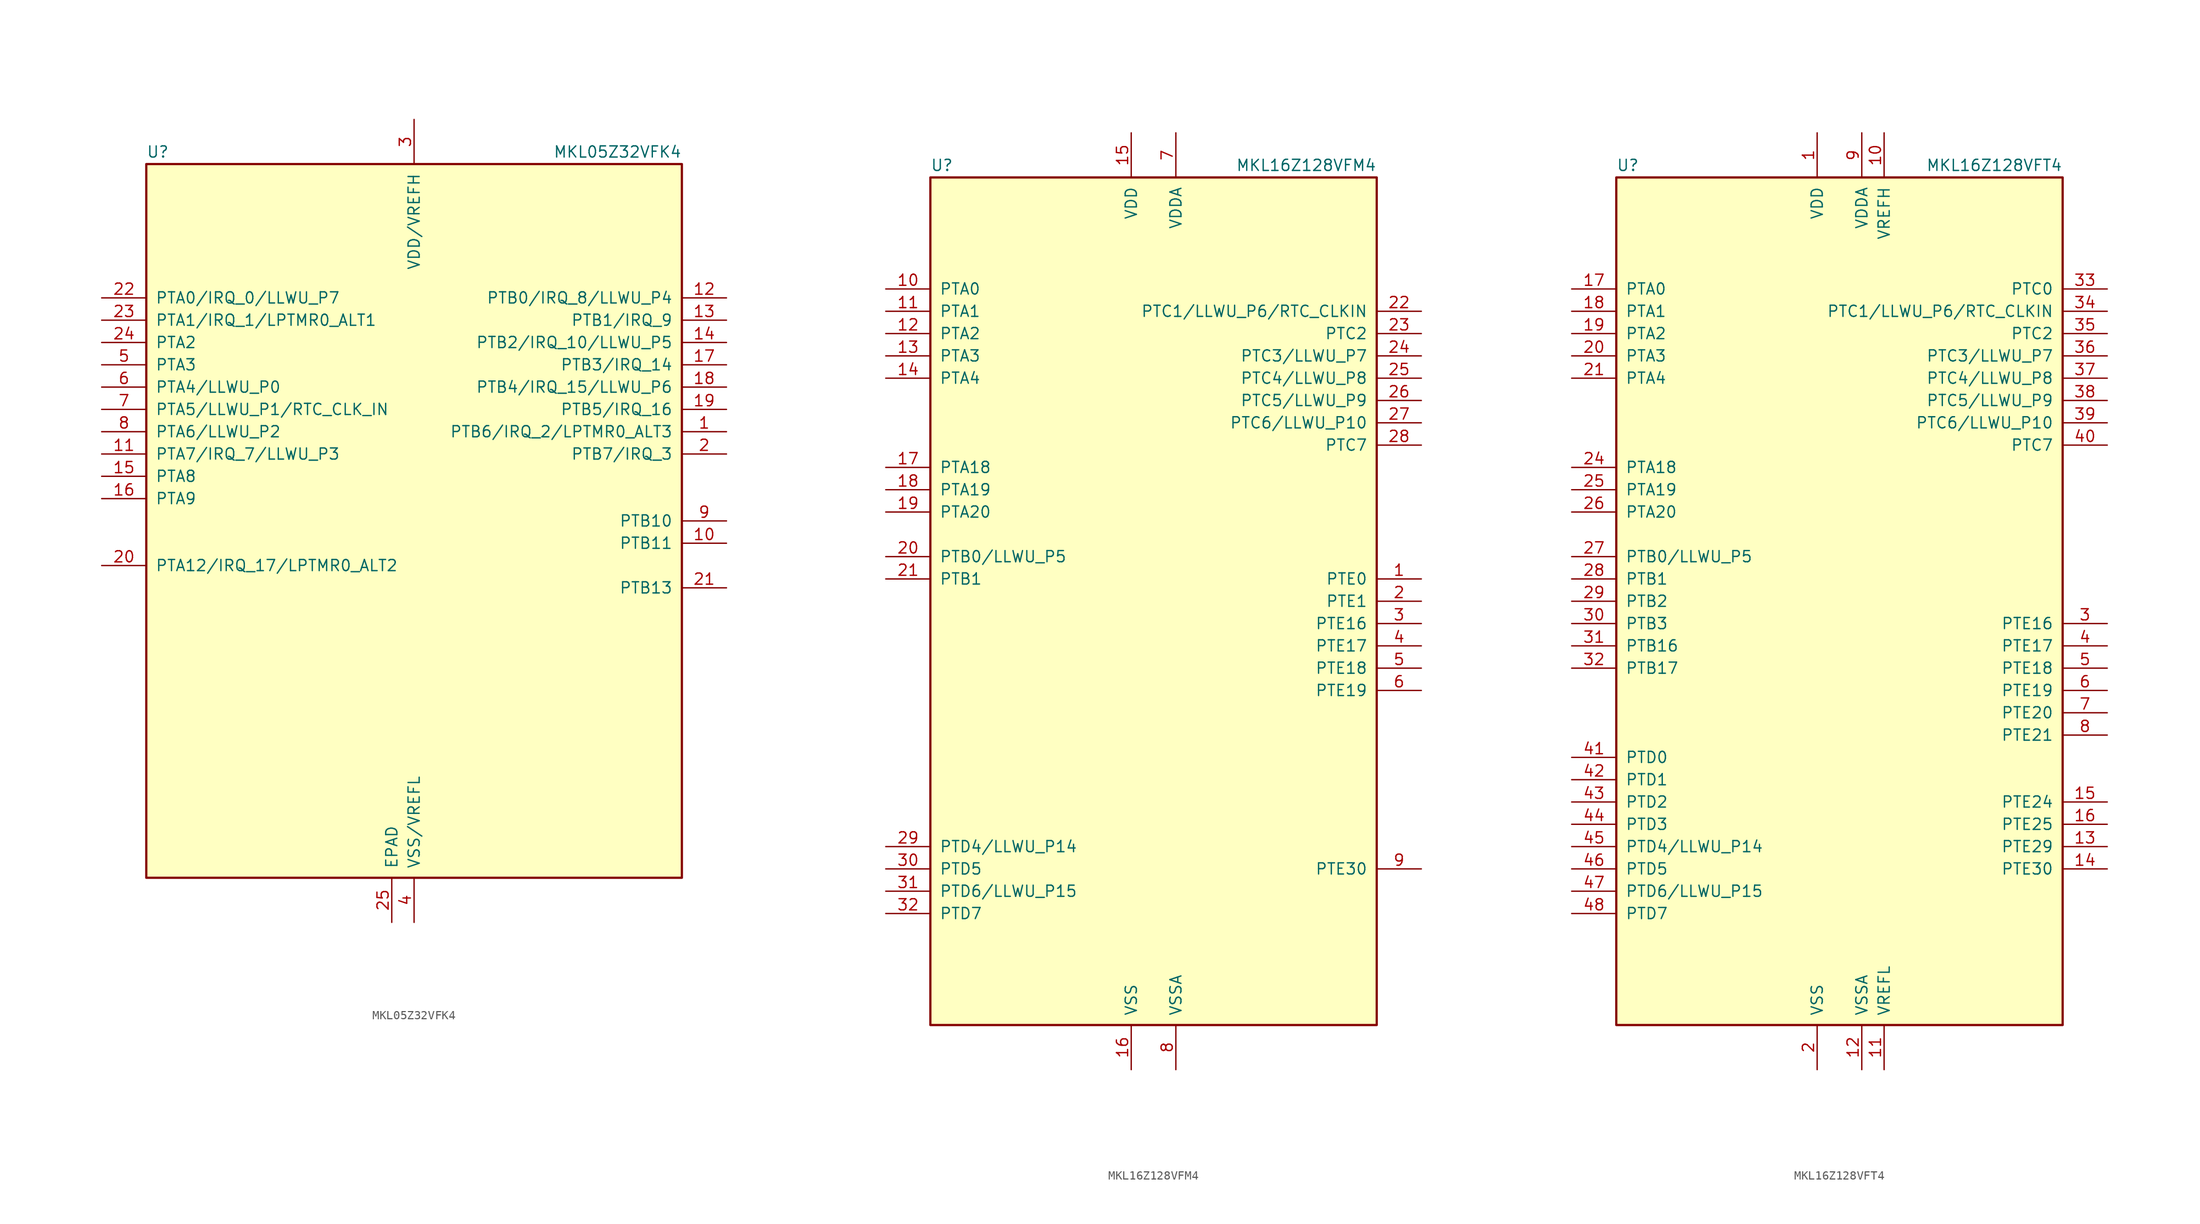
<source format=kicad_sym>
(kicad_symbol_lib
  (version 20241209)
  (generator "kicad_symbol_editor")
  (generator_version "9.0")
  (symbol "MKL05Z32VFK4"
    (pin_names
      (offset 1.016))
    (property "Reference" "U"
      (at -30.48 41.275 0)
      (effects (font (size 1.27 1.27)) (justify left bottom)))
    (property "Value" "MKL05Z32VFK4"
      (at 30.48 41.275 0)
      (effects (font (size 1.27 1.27)) (justify right bottom)))
    (symbol "MKL05Z32VFK4_0_1"
      (rectangle (start -30.48 40.64) (end 30.48 -40.64) (stroke (width 0.254) (type default)) (fill (type background))))
    (symbol "MKL05Z32VFK4_1_1"
      (pin bidirectional line (at -35.56 25.4 0) (length 5.08) (name "PTA0/IRQ_0/LLWU_P7" (effects (font (size 1.27 1.27)))) (number "22" (effects (font (size 1.27 1.27)))))
      (pin bidirectional line (at -35.56 22.86 0) (length 5.08) (name "PTA1/IRQ_1/LPTMR0_ALT1" (effects (font (size 1.27 1.27)))) (number "23" (effects (font (size 1.27 1.27)))))
      (pin bidirectional line (at -35.56 20.32 0) (length 5.08) (name "PTA2" (effects (font (size 1.27 1.27)))) (number "24" (effects (font (size 1.27 1.27)))))
      (pin bidirectional line (at -35.56 17.78 0) (length 5.08) (name "PTA3" (effects (font (size 1.27 1.27)))) (number "5" (effects (font (size 1.27 1.27)))))
      (pin bidirectional line (at -35.56 15.24 0) (length 5.08) (name "PTA4/LLWU_P0" (effects (font (size 1.27 1.27)))) (number "6" (effects (font (size 1.27 1.27)))))
      (pin bidirectional line (at -35.56 12.7 0) (length 5.08) (name "PTA5/LLWU_P1/RTC_CLK_IN" (effects (font (size 1.27 1.27)))) (number "7" (effects (font (size 1.27 1.27)))))
      (pin bidirectional line (at -35.56 10.16 0) (length 5.08) (name "PTA6/LLWU_P2" (effects (font (size 1.27 1.27)))) (number "8" (effects (font (size 1.27 1.27)))))
      (pin bidirectional line (at -35.56 7.62 0) (length 5.08) (name "PTA7/IRQ_7/LLWU_P3" (effects (font (size 1.27 1.27)))) (number "11" (effects (font (size 1.27 1.27)))))
      (pin bidirectional line (at -35.56 5.08 0) (length 5.08) (name "PTA8" (effects (font (size 1.27 1.27)))) (number "15" (effects (font (size 1.27 1.27)))))
      (pin bidirectional line (at -35.56 2.54 0) (length 5.08) (name "PTA9" (effects (font (size 1.27 1.27)))) (number "16" (effects (font (size 1.27 1.27)))))
      (pin bidirectional line (at -35.56 -5.08 0) (length 5.08) (name "PTA12/IRQ_17/LPTMR0_ALT2" (effects (font (size 1.27 1.27)))) (number "20" (effects (font (size 1.27 1.27)))))
      (pin power_in line (at -2.54 -45.72 90) (length 5.08) (name "EPAD" (effects (font (size 1.27 1.27)))) (number "25" (effects (font (size 1.27 1.27)))))
      (pin power_in line (at 0 45.72 270) (length 5.08) (name "VDD/VREFH" (effects (font (size 1.27 1.27)))) (number "3" (effects (font (size 1.27 1.27)))))
      (pin power_in line (at 0 -45.72 90) (length 5.08) (name "VSS/VREFL" (effects (font (size 1.27 1.27)))) (number "4" (effects (font (size 1.27 1.27)))))
      (pin bidirectional line (at 35.56 25.4 180) (length 5.08) (name "PTB0/IRQ_8/LLWU_P4" (effects (font (size 1.27 1.27)))) (number "12" (effects (font (size 1.27 1.27)))))
      (pin bidirectional line (at 35.56 22.86 180) (length 5.08) (name "PTB1/IRQ_9" (effects (font (size 1.27 1.27)))) (number "13" (effects (font (size 1.27 1.27)))))
      (pin bidirectional line (at 35.56 20.32 180) (length 5.08) (name "PTB2/IRQ_10/LLWU_P5" (effects (font (size 1.27 1.27)))) (number "14" (effects (font (size 1.27 1.27)))))
      (pin bidirectional line (at 35.56 17.78 180) (length 5.08) (name "PTB3/IRQ_14" (effects (font (size 1.27 1.27)))) (number "17" (effects (font (size 1.27 1.27)))))
      (pin bidirectional line (at 35.56 15.24 180) (length 5.08) (name "PTB4/IRQ_15/LLWU_P6" (effects (font (size 1.27 1.27)))) (number "18" (effects (font (size 1.27 1.27)))))
      (pin bidirectional line (at 35.56 12.7 180) (length 5.08) (name "PTB5/IRQ_16" (effects (font (size 1.27 1.27)))) (number "19" (effects (font (size 1.27 1.27)))))
      (pin bidirectional line (at 35.56 10.16 180) (length 5.08) (name "PTB6/IRQ_2/LPTMR0_ALT3" (effects (font (size 1.27 1.27)))) (number "1" (effects (font (size 1.27 1.27)))))
      (pin bidirectional line (at 35.56 7.62 180) (length 5.08) (name "PTB7/IRQ_3" (effects (font (size 1.27 1.27)))) (number "2" (effects (font (size 1.27 1.27)))))
      (pin bidirectional line (at 35.56 0 180) (length 5.08) (name "PTB10" (effects (font (size 1.27 1.27)))) (number "9" (effects (font (size 1.27 1.27)))))
      (pin bidirectional line (at 35.56 -2.54 180) (length 5.08) (name "PTB11" (effects (font (size 1.27 1.27)))) (number "10" (effects (font (size 1.27 1.27)))))
      (pin bidirectional line (at 35.56 -7.62 180) (length 5.08) (name "PTB13" (effects (font (size 1.27 1.27)))) (number "21" (effects (font (size 1.27 1.27)))))))
  (symbol "MKL16Z128VFM4"
    (pin_names
      (offset 1.016))
    (property "Reference" "U"
      (at -25.4 48.895 0)
      (effects (font (size 1.27 1.27)) (justify left bottom)))
    (property "Value" "MKL16Z128VFM4"
      (at 25.4 48.895 0)
      (effects (font (size 1.27 1.27)) (justify right bottom)))
    (symbol "MKL16Z128VFM4_0_1"
      (rectangle (start -25.4 48.26) (end 25.4 -48.26) (stroke (width 0.254) (type default)) (fill (type background))))
    (symbol "MKL16Z128VFM4_1_1"
      (pin bidirectional line (at -30.48 35.56 0) (length 5.08) (name "PTA0" (effects (font (size 1.27 1.27)))) (number "10" (effects (font (size 1.27 1.27)))))
      (pin bidirectional line (at -30.48 33.02 0) (length 5.08) (name "PTA1" (effects (font (size 1.27 1.27)))) (number "11" (effects (font (size 1.27 1.27)))))
      (pin bidirectional line (at -30.48 30.48 0) (length 5.08) (name "PTA2" (effects (font (size 1.27 1.27)))) (number "12" (effects (font (size 1.27 1.27)))))
      (pin bidirectional line (at -30.48 27.94 0) (length 5.08) (name "PTA3" (effects (font (size 1.27 1.27)))) (number "13" (effects (font (size 1.27 1.27)))))
      (pin bidirectional line (at -30.48 25.4 0) (length 5.08) (name "PTA4" (effects (font (size 1.27 1.27)))) (number "14" (effects (font (size 1.27 1.27)))))
      (pin bidirectional line (at -30.48 15.24 0) (length 5.08) (name "PTA18" (effects (font (size 1.27 1.27)))) (number "17" (effects (font (size 1.27 1.27)))))
      (pin bidirectional line (at -30.48 12.7 0) (length 5.08) (name "PTA19" (effects (font (size 1.27 1.27)))) (number "18" (effects (font (size 1.27 1.27)))))
      (pin bidirectional line (at -30.48 10.16 0) (length 5.08) (name "PTA20" (effects (font (size 1.27 1.27)))) (number "19" (effects (font (size 1.27 1.27)))))
      (pin bidirectional line (at -30.48 5.08 0) (length 5.08) (name "PTB0/LLWU_P5" (effects (font (size 1.27 1.27)))) (number "20" (effects (font (size 1.27 1.27)))))
      (pin bidirectional line (at -30.48 2.54 0) (length 5.08) (name "PTB1" (effects (font (size 1.27 1.27)))) (number "21" (effects (font (size 1.27 1.27)))))
      (pin bidirectional line (at -30.48 -27.94 0) (length 5.08) (name "PTD4/LLWU_P14" (effects (font (size 1.27 1.27)))) (number "29" (effects (font (size 1.27 1.27)))))
      (pin bidirectional line (at -30.48 -30.48 0) (length 5.08) (name "PTD5" (effects (font (size 1.27 1.27)))) (number "30" (effects (font (size 1.27 1.27)))))
      (pin bidirectional line (at -30.48 -33.02 0) (length 5.08) (name "PTD6/LLWU_P15" (effects (font (size 1.27 1.27)))) (number "31" (effects (font (size 1.27 1.27)))))
      (pin bidirectional line (at -30.48 -35.56 0) (length 5.08) (name "PTD7" (effects (font (size 1.27 1.27)))) (number "32" (effects (font (size 1.27 1.27)))))
      (pin power_in line (at -2.54 53.34 270) (length 5.08) (name "VDD" (effects (font (size 1.27 1.27)))) (number "15" (effects (font (size 1.27 1.27)))))
      (pin power_in line (at -2.54 -53.34 90) (length 5.08) (name "VSS" (effects (font (size 1.27 1.27)))) (number "16" (effects (font (size 1.27 1.27)))))
      (pin power_in line (at 2.54 53.34 270) (length 5.08) (name "VDDA" (effects (font (size 1.27 1.27)))) (number "7" (effects (font (size 1.27 1.27)))))
      (pin power_in line (at 2.54 -53.34 90) (length 5.08) (name "VSSA" (effects (font (size 1.27 1.27)))) (number "8" (effects (font (size 1.27 1.27)))))
      (pin bidirectional line (at 30.48 33.02 180) (length 5.08) (name "PTC1/LLWU_P6/RTC_CLKIN" (effects (font (size 1.27 1.27)))) (number "22" (effects (font (size 1.27 1.27)))))
      (pin bidirectional line (at 30.48 30.48 180) (length 5.08) (name "PTC2" (effects (font (size 1.27 1.27)))) (number "23" (effects (font (size 1.27 1.27)))))
      (pin bidirectional line (at 30.48 27.94 180) (length 5.08) (name "PTC3/LLWU_P7" (effects (font (size 1.27 1.27)))) (number "24" (effects (font (size 1.27 1.27)))))
      (pin bidirectional line (at 30.48 25.4 180) (length 5.08) (name "PTC4/LLWU_P8" (effects (font (size 1.27 1.27)))) (number "25" (effects (font (size 1.27 1.27)))))
      (pin bidirectional line (at 30.48 22.86 180) (length 5.08) (name "PTC5/LLWU_P9" (effects (font (size 1.27 1.27)))) (number "26" (effects (font (size 1.27 1.27)))))
      (pin bidirectional line (at 30.48 20.32 180) (length 5.08) (name "PTC6/LLWU_P10" (effects (font (size 1.27 1.27)))) (number "27" (effects (font (size 1.27 1.27)))))
      (pin bidirectional line (at 30.48 17.78 180) (length 5.08) (name "PTC7" (effects (font (size 1.27 1.27)))) (number "28" (effects (font (size 1.27 1.27)))))
      (pin bidirectional line (at 30.48 2.54 180) (length 5.08) (name "PTE0" (effects (font (size 1.27 1.27)))) (number "1" (effects (font (size 1.27 1.27)))))
      (pin bidirectional line (at 30.48 0 180) (length 5.08) (name "PTE1" (effects (font (size 1.27 1.27)))) (number "2" (effects (font (size 1.27 1.27)))))
      (pin bidirectional line (at 30.48 -2.54 180) (length 5.08) (name "PTE16" (effects (font (size 1.27 1.27)))) (number "3" (effects (font (size 1.27 1.27)))))
      (pin bidirectional line (at 30.48 -5.08 180) (length 5.08) (name "PTE17" (effects (font (size 1.27 1.27)))) (number "4" (effects (font (size 1.27 1.27)))))
      (pin bidirectional line (at 30.48 -7.62 180) (length 5.08) (name "PTE18" (effects (font (size 1.27 1.27)))) (number "5" (effects (font (size 1.27 1.27)))))
      (pin bidirectional line (at 30.48 -10.16 180) (length 5.08) (name "PTE19" (effects (font (size 1.27 1.27)))) (number "6" (effects (font (size 1.27 1.27)))))
      (pin bidirectional line (at 30.48 -30.48 180) (length 5.08) (name "PTE30" (effects (font (size 1.27 1.27)))) (number "9" (effects (font (size 1.27 1.27)))))))
  (symbol "MKL16Z128VFT4"
    (pin_names
      (offset 1.016))
    (property "Reference" "U"
      (at -25.4 48.895 0)
      (effects (font (size 1.27 1.27)) (justify left bottom)))
    (property "Value" "MKL16Z128VFT4"
      (at 25.4 48.895 0)
      (effects (font (size 1.27 1.27)) (justify right bottom)))
    (symbol "MKL16Z128VFT4_0_1"
      (rectangle (start -25.4 48.26) (end 25.4 -48.26) (stroke (width 0.254) (type default)) (fill (type background))))
    (symbol "MKL16Z128VFT4_1_1"
      (pin bidirectional line (at -30.48 35.56 0) (length 5.08) (name "PTA0" (effects (font (size 1.27 1.27)))) (number "17" (effects (font (size 1.27 1.27)))))
      (pin bidirectional line (at -30.48 33.02 0) (length 5.08) (name "PTA1" (effects (font (size 1.27 1.27)))) (number "18" (effects (font (size 1.27 1.27)))))
      (pin bidirectional line (at -30.48 30.48 0) (length 5.08) (name "PTA2" (effects (font (size 1.27 1.27)))) (number "19" (effects (font (size 1.27 1.27)))))
      (pin bidirectional line (at -30.48 27.94 0) (length 5.08) (name "PTA3" (effects (font (size 1.27 1.27)))) (number "20" (effects (font (size 1.27 1.27)))))
      (pin bidirectional line (at -30.48 25.4 0) (length 5.08) (name "PTA4" (effects (font (size 1.27 1.27)))) (number "21" (effects (font (size 1.27 1.27)))))
      (pin bidirectional line (at -30.48 15.24 0) (length 5.08) (name "PTA18" (effects (font (size 1.27 1.27)))) (number "24" (effects (font (size 1.27 1.27)))))
      (pin bidirectional line (at -30.48 12.7 0) (length 5.08) (name "PTA19" (effects (font (size 1.27 1.27)))) (number "25" (effects (font (size 1.27 1.27)))))
      (pin bidirectional line (at -30.48 10.16 0) (length 5.08) (name "PTA20" (effects (font (size 1.27 1.27)))) (number "26" (effects (font (size 1.27 1.27)))))
      (pin bidirectional line (at -30.48 5.08 0) (length 5.08) (name "PTB0/LLWU_P5" (effects (font (size 1.27 1.27)))) (number "27" (effects (font (size 1.27 1.27)))))
      (pin bidirectional line (at -30.48 2.54 0) (length 5.08) (name "PTB1" (effects (font (size 1.27 1.27)))) (number "28" (effects (font (size 1.27 1.27)))))
      (pin bidirectional line (at -30.48 0 0) (length 5.08) (name "PTB2" (effects (font (size 1.27 1.27)))) (number "29" (effects (font (size 1.27 1.27)))))
      (pin bidirectional line (at -30.48 -2.54 0) (length 5.08) (name "PTB3" (effects (font (size 1.27 1.27)))) (number "30" (effects (font (size 1.27 1.27)))))
      (pin bidirectional line (at -30.48 -5.08 0) (length 5.08) (name "PTB16" (effects (font (size 1.27 1.27)))) (number "31" (effects (font (size 1.27 1.27)))))
      (pin bidirectional line (at -30.48 -7.62 0) (length 5.08) (name "PTB17" (effects (font (size 1.27 1.27)))) (number "32" (effects (font (size 1.27 1.27)))))
      (pin bidirectional line (at -30.48 -17.78 0) (length 5.08) (name "PTD0" (effects (font (size 1.27 1.27)))) (number "41" (effects (font (size 1.27 1.27)))))
      (pin bidirectional line (at -30.48 -20.32 0) (length 5.08) (name "PTD1" (effects (font (size 1.27 1.27)))) (number "42" (effects (font (size 1.27 1.27)))))
      (pin bidirectional line (at -30.48 -22.86 0) (length 5.08) (name "PTD2" (effects (font (size 1.27 1.27)))) (number "43" (effects (font (size 1.27 1.27)))))
      (pin bidirectional line (at -30.48 -25.4 0) (length 5.08) (name "PTD3" (effects (font (size 1.27 1.27)))) (number "44" (effects (font (size 1.27 1.27)))))
      (pin bidirectional line (at -30.48 -27.94 0) (length 5.08) (name "PTD4/LLWU_P14" (effects (font (size 1.27 1.27)))) (number "45" (effects (font (size 1.27 1.27)))))
      (pin bidirectional line (at -30.48 -30.48 0) (length 5.08) (name "PTD5" (effects (font (size 1.27 1.27)))) (number "46" (effects (font (size 1.27 1.27)))))
      (pin bidirectional line (at -30.48 -33.02 0) (length 5.08) (name "PTD6/LLWU_P15" (effects (font (size 1.27 1.27)))) (number "47" (effects (font (size 1.27 1.27)))))
      (pin bidirectional line (at -30.48 -35.56 0) (length 5.08) (name "PTD7" (effects (font (size 1.27 1.27)))) (number "48" (effects (font (size 1.27 1.27)))))
      (pin power_in line (at -2.54 53.34 270) (length 5.08) (name "VDD" (effects (font (size 1.27 1.27)))) (number "1" (effects (font (size 1.27 1.27)))))
      (pin passive line (at -2.54 53.34 270) (length 5.08) (hide yes) (name "VDD" (effects (font (size 1.27 1.27)))) (number "22" (effects (font (size 1.27 1.27)))))
      (pin power_in line (at -2.54 -53.34 90) (length 5.08) (name "VSS" (effects (font (size 1.27 1.27)))) (number "2" (effects (font (size 1.27 1.27)))))
      (pin passive line (at -2.54 -53.34 90) (length 5.08) (hide yes) (name "VSS" (effects (font (size 1.27 1.27)))) (number "23" (effects (font (size 1.27 1.27)))))
      (pin power_in line (at 2.54 53.34 270) (length 5.08) (name "VDDA" (effects (font (size 1.27 1.27)))) (number "9" (effects (font (size 1.27 1.27)))))
      (pin power_in line (at 2.54 -53.34 90) (length 5.08) (name "VSSA" (effects (font (size 1.27 1.27)))) (number "12" (effects (font (size 1.27 1.27)))))
      (pin power_in line (at 5.08 53.34 270) (length 5.08) (name "VREFH" (effects (font (size 1.27 1.27)))) (number "10" (effects (font (size 1.27 1.27)))))
      (pin power_in line (at 5.08 -53.34 90) (length 5.08) (name "VREFL" (effects (font (size 1.27 1.27)))) (number "11" (effects (font (size 1.27 1.27)))))
      (pin bidirectional line (at 30.48 35.56 180) (length 5.08) (name "PTC0" (effects (font (size 1.27 1.27)))) (number "33" (effects (font (size 1.27 1.27)))))
      (pin bidirectional line (at 30.48 33.02 180) (length 5.08) (name "PTC1/LLWU_P6/RTC_CLKIN" (effects (font (size 1.27 1.27)))) (number "34" (effects (font (size 1.27 1.27)))))
      (pin bidirectional line (at 30.48 30.48 180) (length 5.08) (name "PTC2" (effects (font (size 1.27 1.27)))) (number "35" (effects (font (size 1.27 1.27)))))
      (pin bidirectional line (at 30.48 27.94 180) (length 5.08) (name "PTC3/LLWU_P7" (effects (font (size 1.27 1.27)))) (number "36" (effects (font (size 1.27 1.27)))))
      (pin bidirectional line (at 30.48 25.4 180) (length 5.08) (name "PTC4/LLWU_P8" (effects (font (size 1.27 1.27)))) (number "37" (effects (font (size 1.27 1.27)))))
      (pin bidirectional line (at 30.48 22.86 180) (length 5.08) (name "PTC5/LLWU_P9" (effects (font (size 1.27 1.27)))) (number "38" (effects (font (size 1.27 1.27)))))
      (pin bidirectional line (at 30.48 20.32 180) (length 5.08) (name "PTC6/LLWU_P10" (effects (font (size 1.27 1.27)))) (number "39" (effects (font (size 1.27 1.27)))))
      (pin bidirectional line (at 30.48 17.78 180) (length 5.08) (name "PTC7" (effects (font (size 1.27 1.27)))) (number "40" (effects (font (size 1.27 1.27)))))
      (pin bidirectional line (at 30.48 -2.54 180) (length 5.08) (name "PTE16" (effects (font (size 1.27 1.27)))) (number "3" (effects (font (size 1.27 1.27)))))
      (pin bidirectional line (at 30.48 -5.08 180) (length 5.08) (name "PTE17" (effects (font (size 1.27 1.27)))) (number "4" (effects (font (size 1.27 1.27)))))
      (pin bidirectional line (at 30.48 -7.62 180) (length 5.08) (name "PTE18" (effects (font (size 1.27 1.27)))) (number "5" (effects (font (size 1.27 1.27)))))
      (pin bidirectional line (at 30.48 -10.16 180) (length 5.08) (name "PTE19" (effects (font (size 1.27 1.27)))) (number "6" (effects (font (size 1.27 1.27)))))
      (pin bidirectional line (at 30.48 -12.7 180) (length 5.08) (name "PTE20" (effects (font (size 1.27 1.27)))) (number "7" (effects (font (size 1.27 1.27)))))
      (pin bidirectional line (at 30.48 -15.24 180) (length 5.08) (name "PTE21" (effects (font (size 1.27 1.27)))) (number "8" (effects (font (size 1.27 1.27)))))
      (pin bidirectional line (at 30.48 -22.86 180) (length 5.08) (name "PTE24" (effects (font (size 1.27 1.27)))) (number "15" (effects (font (size 1.27 1.27)))))
      (pin bidirectional line (at 30.48 -25.4 180) (length 5.08) (name "PTE25" (effects (font (size 1.27 1.27)))) (number "16" (effects (font (size 1.27 1.27)))))
      (pin bidirectional line (at 30.48 -27.94 180) (length 5.08) (name "PTE29" (effects (font (size 1.27 1.27)))) (number "13" (effects (font (size 1.27 1.27)))))
      (pin bidirectional line (at 30.48 -30.48 180) (length 5.08) (name "PTE30" (effects (font (size 1.27 1.27)))) (number "14" (effects (font (size 1.27 1.27))))))))
</source>
